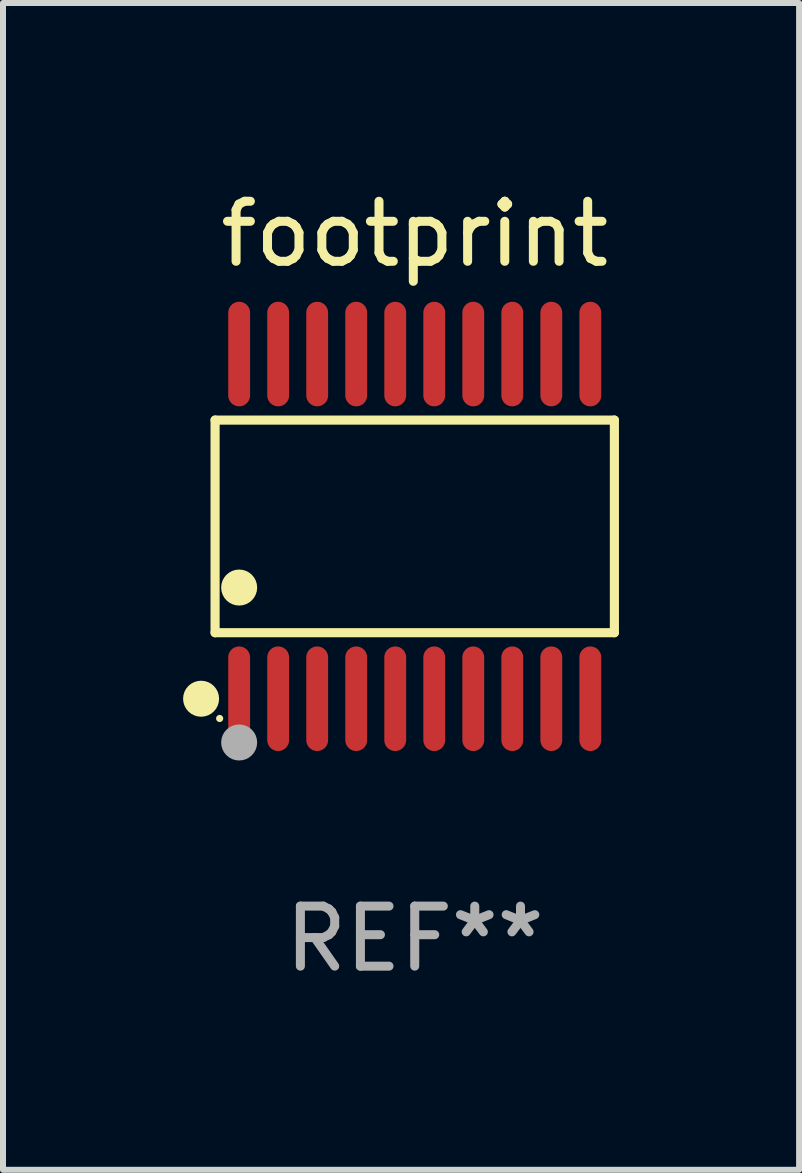
<source format=kicad_pcb>
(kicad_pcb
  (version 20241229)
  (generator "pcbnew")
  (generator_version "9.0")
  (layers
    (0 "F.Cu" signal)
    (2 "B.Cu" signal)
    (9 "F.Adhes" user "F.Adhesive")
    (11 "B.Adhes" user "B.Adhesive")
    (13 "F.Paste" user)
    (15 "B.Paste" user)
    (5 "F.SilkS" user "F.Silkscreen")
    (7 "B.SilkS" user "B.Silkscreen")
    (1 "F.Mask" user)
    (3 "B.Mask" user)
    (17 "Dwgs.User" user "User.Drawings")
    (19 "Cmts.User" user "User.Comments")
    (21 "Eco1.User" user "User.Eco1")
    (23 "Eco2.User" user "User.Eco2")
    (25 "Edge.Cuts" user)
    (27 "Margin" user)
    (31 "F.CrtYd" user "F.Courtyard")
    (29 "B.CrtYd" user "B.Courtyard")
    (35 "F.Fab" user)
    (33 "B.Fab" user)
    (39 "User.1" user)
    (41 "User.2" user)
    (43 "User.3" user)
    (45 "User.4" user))
  (footprint "footprint"
    (layer "F.Cu")
    (at 3.859 5.719)
    (property "Reference" "footprint" (at 0 -4.871 0) (layer "F.SilkS") (effects (font (size 1 1) (thickness 0.15))))
    (attr smd)
    (fp_line (start -3.326 -1.771) (end 3.326 -1.771) (stroke (width 0.152) (type solid)) (layer "F.SilkS"))
    (fp_line (start -3.326 1.771) (end -3.326 -1.771) (stroke (width 0.152) (type solid)) (layer "F.SilkS"))
    (fp_line (start 3.326 -1.771) (end 3.326 1.771) (stroke (width 0.152) (type solid)) (layer "F.SilkS"))
    (fp_line (start 3.326 1.771) (end -3.326 1.771) (stroke (width 0.152) (type solid)) (layer "F.SilkS"))
    (fp_circle (center -3.559 2.871) (end -3.409 2.871) (stroke (width 0.3) (type solid)) (fill no) (layer "F.SilkS"))
    (fp_circle (center -3.25 3.2) (end -3.22 3.2) (stroke (width 0.06) (type solid)) (fill no) (layer "F.SilkS"))
    (fp_circle (center -2.925 1.019) (end -2.775 1.019) (stroke (width 0.3) (type solid)) (fill no) (layer "F.SilkS"))
    (fp_circle (center -2.925 3.6) (end -2.775 3.6) (stroke (width 0.3) (type solid)) (fill no) (layer "F.Fab"))
    (fp_text user "REF**" (at 0 6.871 0) (layer "F.Fab") (effects (font (size 1 1) (thickness 0.15))))
    (pad "1" smd oval (at -2.925 2.871) (size 0.364 1.742) (layers "F.Cu" "F.Mask" "F.Paste"))
    (pad "2" smd oval (at -2.275 2.871) (size 0.364 1.742) (layers "F.Cu" "F.Mask" "F.Paste"))
    (pad "3" smd oval (at -1.625 2.871) (size 0.364 1.742) (layers "F.Cu" "F.Mask" "F.Paste"))
    (pad "4" smd oval (at -0.975 2.871) (size 0.364 1.742) (layers "F.Cu" "F.Mask" "F.Paste"))
    (pad "5" smd oval (at -0.325 2.871) (size 0.364 1.742) (layers "F.Cu" "F.Mask" "F.Paste"))
    (pad "6" smd oval (at 0.325 2.871) (size 0.364 1.742) (layers "F.Cu" "F.Mask" "F.Paste"))
    (pad "7" smd oval (at 0.975 2.871) (size 0.364 1.742) (layers "F.Cu" "F.Mask" "F.Paste"))
    (pad "8" smd oval (at 1.625 2.871) (size 0.364 1.742) (layers "F.Cu" "F.Mask" "F.Paste"))
    (pad "9" smd oval (at 2.275 2.871) (size 0.364 1.742) (layers "F.Cu" "F.Mask" "F.Paste"))
    (pad "10" smd oval (at 2.925 2.871) (size 0.364 1.742) (layers "F.Cu" "F.Mask" "F.Paste"))
    (pad "11" smd oval (at 2.925 -2.871) (size 0.364 1.742) (layers "F.Cu" "F.Mask" "F.Paste"))
    (pad "12" smd oval (at 2.275 -2.871) (size 0.364 1.742) (layers "F.Cu" "F.Mask" "F.Paste"))
    (pad "13" smd oval (at 1.625 -2.871) (size 0.364 1.742) (layers "F.Cu" "F.Mask" "F.Paste"))
    (pad "14" smd oval (at 0.975 -2.871) (size 0.364 1.742) (layers "F.Cu" "F.Mask" "F.Paste"))
    (pad "15" smd oval (at 0.325 -2.871) (size 0.364 1.742) (layers "F.Cu" "F.Mask" "F.Paste"))
    (pad "16" smd oval (at -0.325 -2.871) (size 0.364 1.742) (layers "F.Cu" "F.Mask" "F.Paste"))
    (pad "17" smd oval (at -0.975 -2.871) (size 0.364 1.742) (layers "F.Cu" "F.Mask" "F.Paste"))
    (pad "18" smd oval (at -1.625 -2.871) (size 0.364 1.742) (layers "F.Cu" "F.Mask" "F.Paste"))
    (pad "19" smd oval (at -2.275 -2.871) (size 0.364 1.742) (layers "F.Cu" "F.Mask" "F.Paste"))
    (pad "20" smd oval (at -2.925 -2.871) (size 0.364 1.742) (layers "F.Cu" "F.Mask" "F.Paste")))
  (gr_rect
    (start -3 -3)
    (end 10.262 16.438)
    (stroke (width 0.1) (type default))
    (fill no)
    (layer "Edge.Cuts")))
</source>
